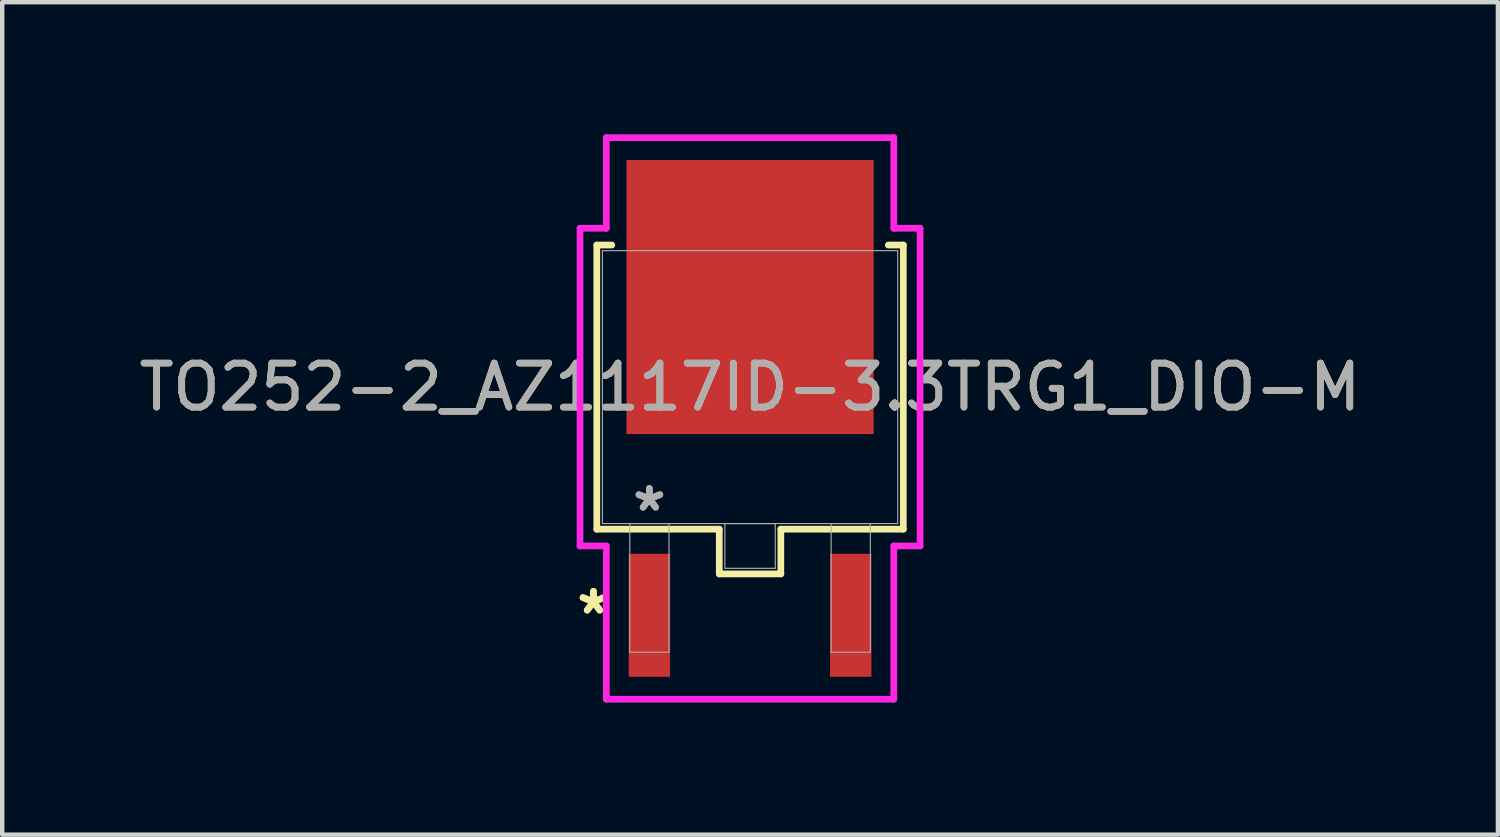
<source format=kicad_pcb>
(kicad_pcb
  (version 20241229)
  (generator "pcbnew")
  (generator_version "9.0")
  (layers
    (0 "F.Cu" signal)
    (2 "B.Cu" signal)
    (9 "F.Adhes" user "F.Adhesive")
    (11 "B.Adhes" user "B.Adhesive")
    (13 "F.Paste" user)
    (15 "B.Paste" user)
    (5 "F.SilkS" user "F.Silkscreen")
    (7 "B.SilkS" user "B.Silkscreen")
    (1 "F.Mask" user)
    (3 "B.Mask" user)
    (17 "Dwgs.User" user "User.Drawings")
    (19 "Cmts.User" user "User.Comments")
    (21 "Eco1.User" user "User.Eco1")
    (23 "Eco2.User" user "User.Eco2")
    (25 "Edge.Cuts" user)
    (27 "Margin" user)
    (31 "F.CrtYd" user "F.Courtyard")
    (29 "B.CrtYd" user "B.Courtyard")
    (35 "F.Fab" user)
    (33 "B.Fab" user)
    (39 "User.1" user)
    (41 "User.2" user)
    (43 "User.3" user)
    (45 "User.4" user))
  (footprint "TO252-2_AZ1117ID-3.3TRG1_DIO-M"
    (layer "F.Cu")
    (at 13.982 5.74)
    (property "Reference" "TO252-2_AZ1117ID-3.3TRG1_DIO-M" (at 0 0 0) (unlocked yes) (layer "F.SilkS") (effects (font (size 1 1) (thickness 0.15))))
    (attr smd)
    (fp_line (start -3.48 -3.226) (end -3.48 3.226) (stroke (width 0.152) (type solid)) (layer "F.SilkS"))
    (fp_line (start -3.48 3.226) (end -0.699 3.226) (stroke (width 0.152) (type solid)) (layer "F.SilkS"))
    (fp_line (start -3.139 -3.226) (end -3.48 -3.226) (stroke (width 0.152) (type solid)) (layer "F.SilkS"))
    (fp_line (start -0.699 3.226) (end -0.699 4.242) (stroke (width 0.152) (type solid)) (layer "F.SilkS"))
    (fp_line (start -0.699 4.242) (end 0.699 4.242) (stroke (width 0.152) (type solid)) (layer "F.SilkS"))
    (fp_line (start 0.699 3.226) (end 3.48 3.226) (stroke (width 0.152) (type solid)) (layer "F.SilkS"))
    (fp_line (start 0.699 4.242) (end 0.699 3.226) (stroke (width 0.152) (type solid)) (layer "F.SilkS"))
    (fp_line (start 3.48 -3.226) (end 3.139 -3.226) (stroke (width 0.152) (type solid)) (layer "F.SilkS"))
    (fp_line (start 3.48 3.226) (end 3.48 -3.226) (stroke (width 0.152) (type solid)) (layer "F.SilkS"))
    (fp_line (start -3.861 -3.607) (end -3.264 -3.607) (stroke (width 0.152) (type solid)) (layer "F.CrtYd"))
    (fp_line (start -3.861 3.607) (end -3.861 -3.607) (stroke (width 0.152) (type solid)) (layer "F.CrtYd"))
    (fp_line (start -3.264 -5.664) (end 3.264 -5.664) (stroke (width 0.152) (type solid)) (layer "F.CrtYd"))
    (fp_line (start -3.264 -3.607) (end -3.264 -5.664) (stroke (width 0.152) (type solid)) (layer "F.CrtYd"))
    (fp_line (start -3.264 3.607) (end -3.861 3.607) (stroke (width 0.152) (type solid)) (layer "F.CrtYd"))
    (fp_line (start -3.264 7.087) (end -3.264 3.607) (stroke (width 0.152) (type solid)) (layer "F.CrtYd"))
    (fp_line (start 3.264 -5.664) (end 3.264 -3.607) (stroke (width 0.152) (type solid)) (layer "F.CrtYd"))
    (fp_line (start 3.264 -3.607) (end 3.861 -3.607) (stroke (width 0.152) (type solid)) (layer "F.CrtYd"))
    (fp_line (start 3.264 3.607) (end 3.264 7.087) (stroke (width 0.152) (type solid)) (layer "F.CrtYd"))
    (fp_line (start 3.264 7.087) (end -3.264 7.087) (stroke (width 0.152) (type solid)) (layer "F.CrtYd"))
    (fp_line (start 3.861 -3.607) (end 3.861 3.607) (stroke (width 0.152) (type solid)) (layer "F.CrtYd"))
    (fp_line (start 3.861 3.607) (end 3.264 3.607) (stroke (width 0.152) (type solid)) (layer "F.CrtYd"))
    (fp_line (start -3.353 -3.099) (end -3.353 3.099) (stroke (width 0.025) (type solid)) (layer "F.Fab"))
    (fp_line (start -3.353 3.099) (end 3.353 3.099) (stroke (width 0.025) (type solid)) (layer "F.Fab"))
    (fp_line (start -2.731 3.099) (end -2.731 6.02) (stroke (width 0.025) (type solid)) (layer "F.Fab"))
    (fp_line (start -2.731 6.02) (end -1.841 6.02) (stroke (width 0.025) (type solid)) (layer "F.Fab"))
    (fp_line (start -1.841 3.099) (end -2.731 3.099) (stroke (width 0.025) (type solid)) (layer "F.Fab"))
    (fp_line (start -1.841 6.02) (end -1.841 3.099) (stroke (width 0.025) (type solid)) (layer "F.Fab"))
    (fp_line (start -0.572 3.099) (end -0.572 4.115) (stroke (width 0.025) (type solid)) (layer "F.Fab"))
    (fp_line (start -0.572 4.115) (end 0.572 4.115) (stroke (width 0.025) (type solid)) (layer "F.Fab"))
    (fp_line (start 0.572 3.099) (end -0.572 3.099) (stroke (width 0.025) (type solid)) (layer "F.Fab"))
    (fp_line (start 0.572 4.115) (end 0.572 3.099) (stroke (width 0.025) (type solid)) (layer "F.Fab"))
    (fp_line (start 1.841 3.099) (end 1.841 6.02) (stroke (width 0.025) (type solid)) (layer "F.Fab"))
    (fp_line (start 1.841 6.02) (end 2.731 6.02) (stroke (width 0.025) (type solid)) (layer "F.Fab"))
    (fp_line (start 2.731 3.099) (end 1.841 3.099) (stroke (width 0.025) (type solid)) (layer "F.Fab"))
    (fp_line (start 2.731 6.02) (end 2.731 3.099) (stroke (width 0.025) (type solid)) (layer "F.Fab"))
    (fp_line (start 3.353 -3.099) (end -3.353 -3.099) (stroke (width 0.025) (type solid)) (layer "F.Fab"))
    (fp_line (start 3.353 3.099) (end 3.353 -3.099) (stroke (width 0.025) (type solid)) (layer "F.Fab"))
    (fp_text user "*" (at -3.556 5.182 0) (unlocked yes) (layer "F.SilkS") (effects (font (size 1 1) (thickness 0.15))))
    (fp_text user "*" (at -3.556 5.182 0) (layer "F.SilkS") (effects (font (size 1 1) (thickness 0.15))))
    (fp_text user "${REFERENCE}" (at 0 0 0) (unlocked yes) (layer "F.Fab") (effects (font (size 1 1) (thickness 0.15))))
    (fp_text user "*" (at -2.286 2.845 0) (layer "F.Fab") (effects (font (size 1 1) (thickness 0.15))))
    (fp_text user "*" (at -2.286 2.845 0) (unlocked yes) (layer "F.Fab") (effects (font (size 1 1) (thickness 0.15))))
    (pad "1" smd rect (at -2.286 5.182) (size 0.94 2.794) (layers "F.Cu" "F.Mask" "F.Paste"))
    (pad "2" smd rect (at 0 -2.045) (size 5.613 6.223) (layers "F.Cu" "F.Mask" "F.Paste"))
    (pad "3" smd rect (at 2.286 5.182) (size 0.94 2.794) (layers "F.Cu" "F.Mask" "F.Paste")))
  (gr_rect
    (start -3 -3)
    (end 30.964 15.903)
    (stroke (width 0.1) (type default))
    (fill no)
    (layer "Edge.Cuts")))
</source>
